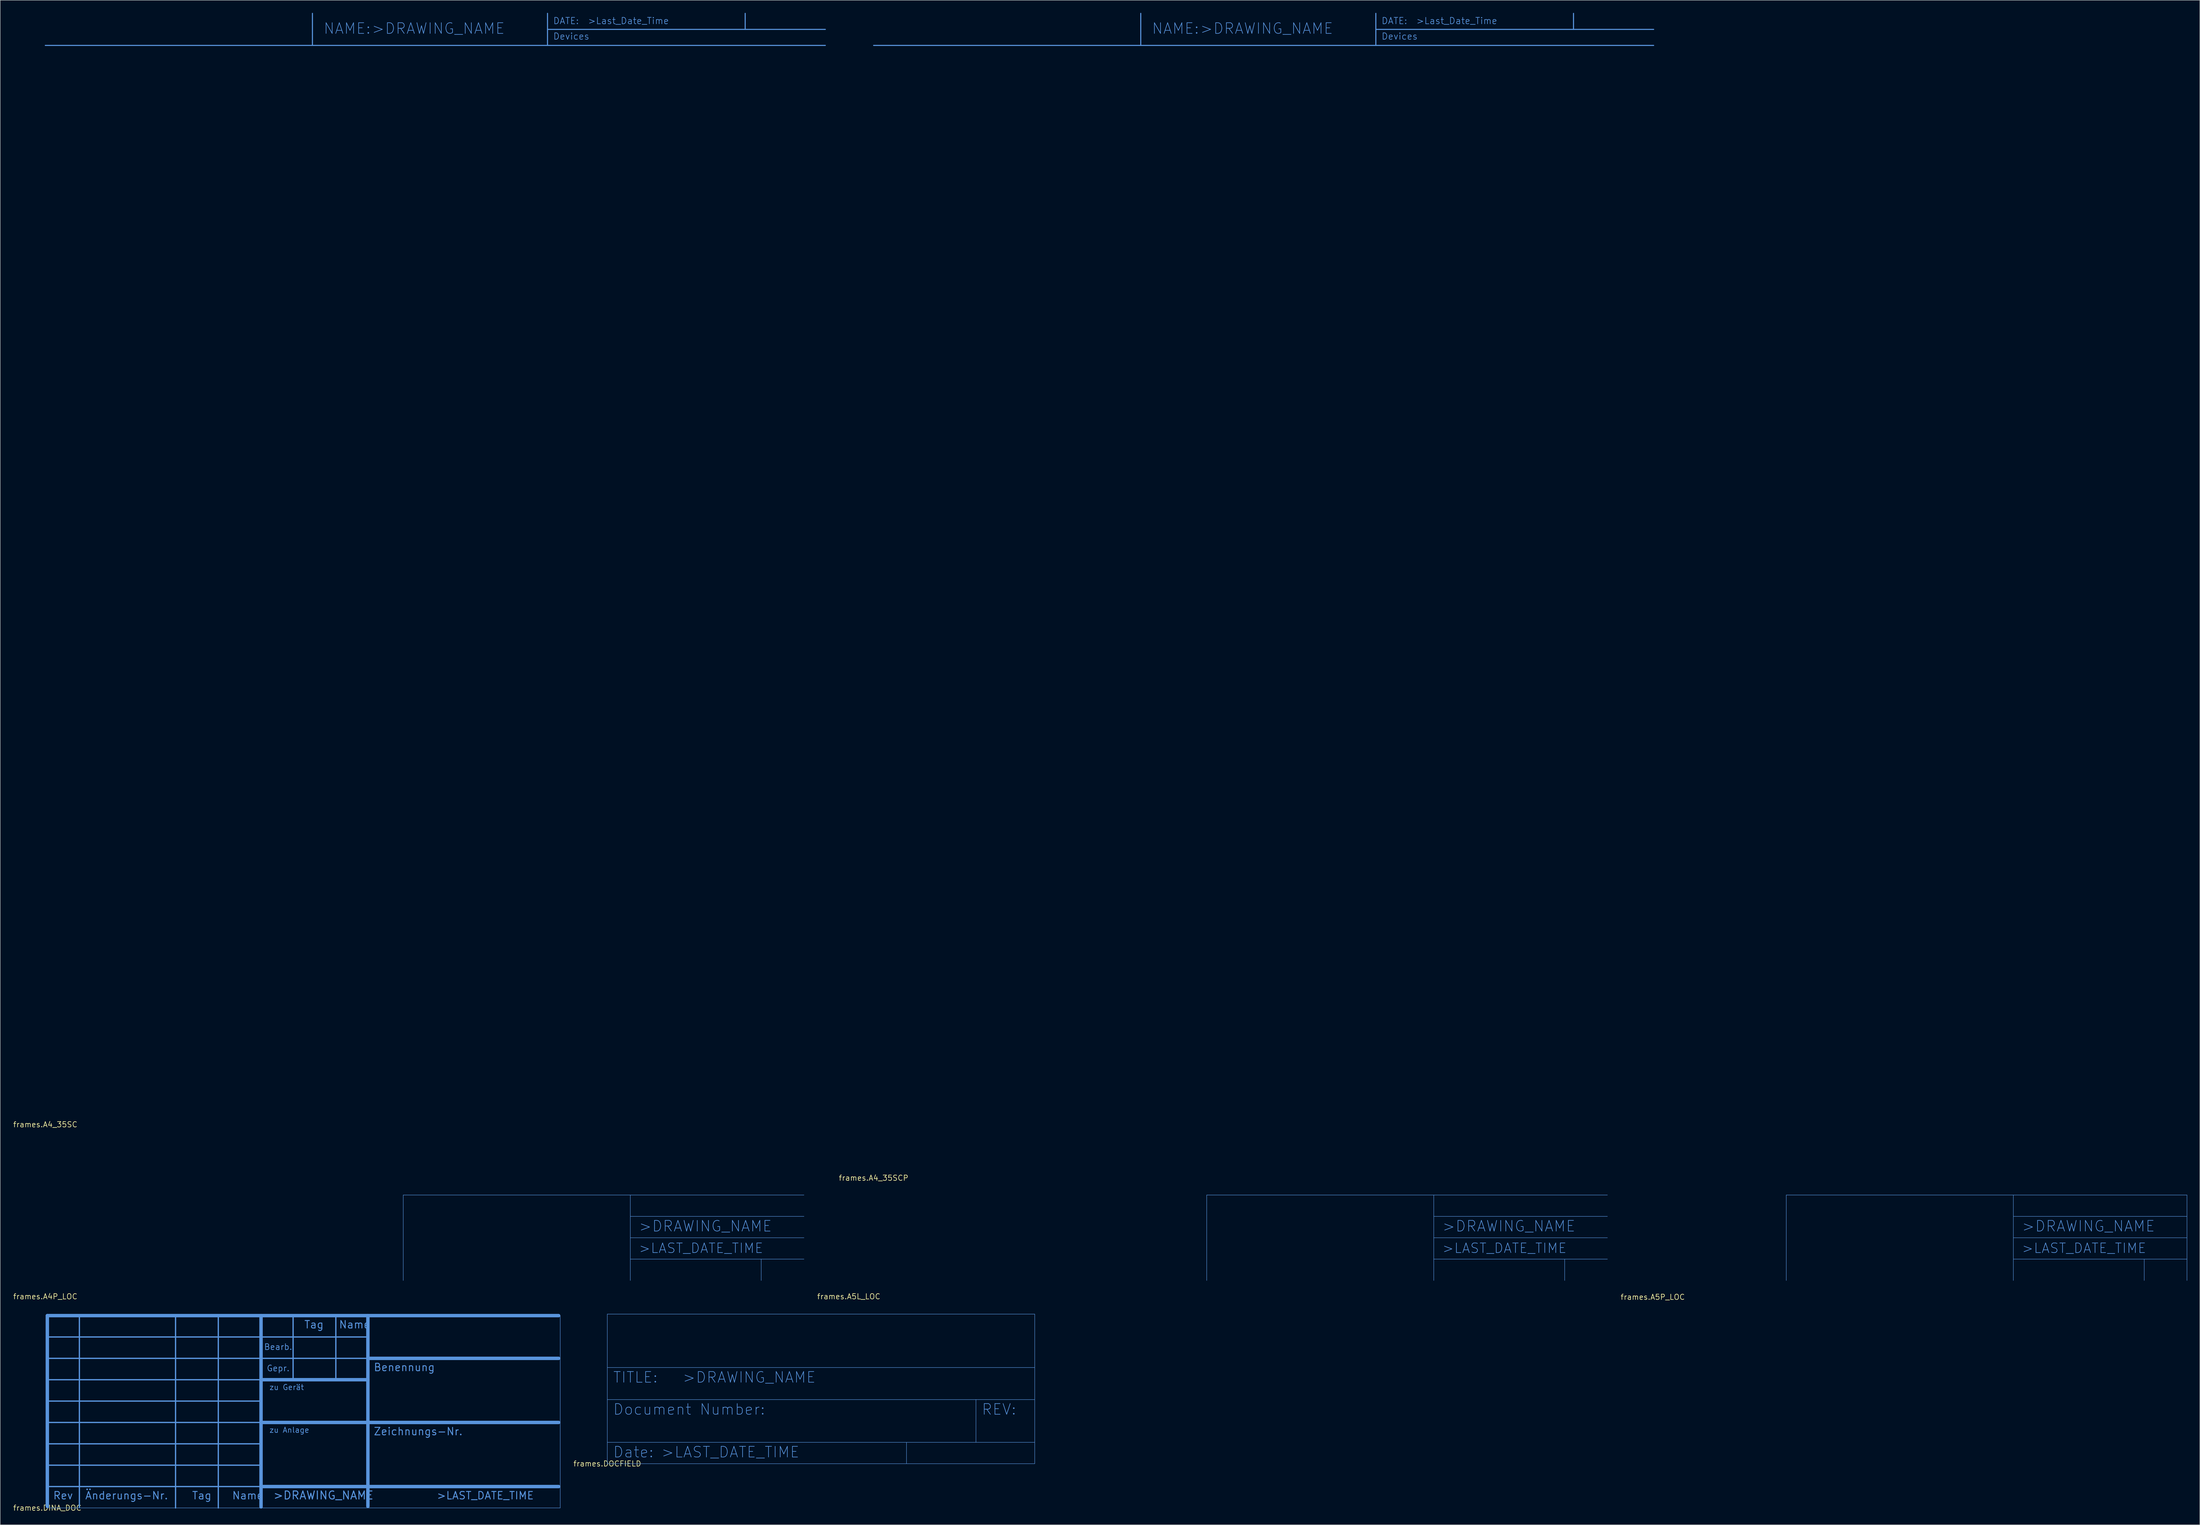
<source format=kicad_pcb>
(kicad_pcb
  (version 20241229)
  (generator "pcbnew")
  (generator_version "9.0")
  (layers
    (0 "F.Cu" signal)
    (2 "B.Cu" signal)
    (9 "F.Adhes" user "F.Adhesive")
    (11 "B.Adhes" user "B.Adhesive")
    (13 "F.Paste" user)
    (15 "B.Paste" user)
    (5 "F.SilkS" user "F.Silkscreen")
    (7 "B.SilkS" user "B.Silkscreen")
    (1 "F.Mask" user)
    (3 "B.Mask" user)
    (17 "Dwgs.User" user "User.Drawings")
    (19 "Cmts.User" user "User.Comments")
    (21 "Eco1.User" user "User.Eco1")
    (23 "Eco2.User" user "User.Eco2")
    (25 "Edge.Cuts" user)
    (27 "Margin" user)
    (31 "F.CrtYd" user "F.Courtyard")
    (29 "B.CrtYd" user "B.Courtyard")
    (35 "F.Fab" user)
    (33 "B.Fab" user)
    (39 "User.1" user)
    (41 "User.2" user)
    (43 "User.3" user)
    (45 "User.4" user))
  (footprint "frames.DOCFIELD"
    (layer "F.Cu")
    (at 141.314 344.918)
    (property "Reference" "frames.DOCFIELD" (at 0 0 0) (layer "F.SilkS") (effects (font (size 1.27 1.27) (thickness 0.15))))
    (fp_line (start 0 -22.86) (end 0 -35.56) (stroke (width 0.102) (type default)) (layer "Cmts.User"))
    (fp_line (start 0 -22.86) (end 101.6 -22.86) (stroke (width 0.102) (type default)) (layer "Cmts.User"))
    (fp_line (start 0 -15.24) (end 0 -22.86) (stroke (width 0.102) (type default)) (layer "Cmts.User"))
    (fp_line (start 0 -5.08) (end 0 -15.24) (stroke (width 0.102) (type default)) (layer "Cmts.User"))
    (fp_line (start 0 -5.08) (end 71.12 -5.08) (stroke (width 0.102) (type default)) (layer "Cmts.User"))
    (fp_line (start 0 0) (end 0 -5.08) (stroke (width 0.102) (type default)) (layer "Cmts.User"))
    (fp_line (start 0 0) (end 71.12 0) (stroke (width 0.102) (type default)) (layer "Cmts.User"))
    (fp_line (start 71.12 -5.08) (end 71.12 0) (stroke (width 0.102) (type default)) (layer "Cmts.User"))
    (fp_line (start 71.12 -5.08) (end 87.63 -5.08) (stroke (width 0.102) (type default)) (layer "Cmts.User"))
    (fp_line (start 71.12 0) (end 101.6 0) (stroke (width 0.102) (type default)) (layer "Cmts.User"))
    (fp_line (start 87.63 -15.24) (end 0 -15.24) (stroke (width 0.102) (type default)) (layer "Cmts.User"))
    (fp_line (start 87.63 -15.24) (end 87.63 -5.08) (stroke (width 0.102) (type default)) (layer "Cmts.User"))
    (fp_line (start 87.63 -5.08) (end 101.6 -5.08) (stroke (width 0.102) (type default)) (layer "Cmts.User"))
    (fp_line (start 101.6 -35.56) (end 0 -35.56) (stroke (width 0.102) (type default)) (layer "Cmts.User"))
    (fp_line (start 101.6 -35.56) (end 101.6 -22.86) (stroke (width 0.102) (type default)) (layer "Cmts.User"))
    (fp_line (start 101.6 -22.86) (end 101.6 -15.24) (stroke (width 0.102) (type default)) (layer "Cmts.User"))
    (fp_line (start 101.6 -15.24) (end 87.63 -15.24) (stroke (width 0.102) (type default)) (layer "Cmts.User"))
    (fp_line (start 101.6 -15.24) (end 101.6 -5.08) (stroke (width 0.102) (type default)) (layer "Cmts.User"))
    (fp_line (start 101.6 -5.08) (end 101.6 0) (stroke (width 0.102) (type default)) (layer "Cmts.User"))
    (fp_text user ">LAST_DATE_TIME" (at 12.7 -1.27 0) (layer "Cmts.User") (effects (font (size 2.54 2.54) (thickness 0.15)) (justify left bottom)))
    (fp_text user ">DRAWING_NAME" (at 17.78 -19.05 0) (layer "Cmts.User") (effects (font (size 2.54 2.54) (thickness 0.15)) (justify left bottom)))
    (fp_text user "REV:" (at 88.9 -11.43 0) (layer "Cmts.User") (effects (font (size 2.54 2.54) (thickness 0.15)) (justify left bottom)))
    (fp_text user "TITLE:" (at 1.27 -19.05 0) (layer "Cmts.User") (effects (font (size 2.54 2.54) (thickness 0.15)) (justify left bottom)))
    (fp_text user "Document Number:" (at 1.27 -11.43 0) (layer "Cmts.User") (effects (font (size 2.54 2.54) (thickness 0.15)) (justify left bottom)))
    (fp_text user "Date:" (at 1.27 -1.27 0) (layer "Cmts.User") (effects (font (size 2.54 2.54) (thickness 0.15)) (justify left bottom))))
  (footprint "frames.A4_35SCP"
    (layer "F.Cu")
    (at 204.618 276.987)
    (property "Reference" "frames.A4_35SCP" (at 0 0 0) (layer "F.SilkS") (effects (font (size 1.27 1.27) (thickness 0.15))))
    (fp_line (start 0 -269.24) (end 63.5 -269.24) (stroke (width 0.254) (type default)) (layer "Cmts.User"))
    (fp_line (start 63.5 -269.24) (end 63.5 -276.86) (stroke (width 0.254) (type default)) (layer "Cmts.User"))
    (fp_line (start 119.38 -276.86) (end 119.38 -273.05) (stroke (width 0.254) (type default)) (layer "Cmts.User"))
    (fp_line (start 119.38 -273.05) (end 119.38 -269.24) (stroke (width 0.254) (type default)) (layer "Cmts.User"))
    (fp_line (start 119.38 -269.24) (end 63.5 -269.24) (stroke (width 0.254) (type default)) (layer "Cmts.User"))
    (fp_line (start 166.37 -273.05) (end 119.38 -273.05) (stroke (width 0.254) (type default)) (layer "Cmts.User"))
    (fp_line (start 166.37 -273.05) (end 166.37 -276.86) (stroke (width 0.254) (type default)) (layer "Cmts.User"))
    (fp_line (start 185.42 -273.05) (end 166.37 -273.05) (stroke (width 0.254) (type default)) (layer "Cmts.User"))
    (fp_line (start 185.42 -269.24) (end 119.38 -269.24) (stroke (width 0.254) (type default)) (layer "Cmts.User"))
    (fp_text user "NAME:" (at 66.04 -271.78 0) (layer "Cmts.User") (effects (font (size 2.54 2.54) (thickness 0.15)) (justify left bottom)))
    (fp_text user "Devices" (at 120.65 -270.51 0) (layer "Cmts.User") (effects (font (size 1.524 1.524) (thickness 0.15)) (justify left bottom)))
    (fp_text user ">Last_Date_Time" (at 128.905 -274.193 0) (layer "Cmts.User") (effects (font (size 1.524 1.524) (thickness 0.15)) (justify left bottom)))
    (fp_text user "DATE:" (at 120.65 -274.193 0) (layer "Cmts.User") (effects (font (size 1.524 1.524) (thickness 0.15)) (justify left bottom)))
    (fp_text user ">DRAWING_NAME" (at 77.47 -271.78 0) (layer "Cmts.User") (effects (font (size 2.54 2.54) (thickness 0.15)) (justify left bottom))))
  (footprint "frames.A5L_LOC"
    (layer "F.Cu")
    (at 198.706 305.174)
    (property "Reference" "frames.A5L_LOC" (at 0 0 0) (layer "F.SilkS") (effects (font (size 1.27 1.27) (thickness 0.15))))
    (fp_line (start 85.09 -24.13) (end 139.065 -24.13) (stroke (width 0.102) (type default)) (layer "Cmts.User"))
    (fp_line (start 85.09 -3.81) (end 85.09 -24.13) (stroke (width 0.102) (type default)) (layer "Cmts.User"))
    (fp_line (start 139.065 -24.13) (end 180.34 -24.13) (stroke (width 0.102) (type default)) (layer "Cmts.User"))
    (fp_line (start 139.065 -19.05) (end 139.065 -24.13) (stroke (width 0.102) (type default)) (layer "Cmts.User"))
    (fp_line (start 139.065 -19.05) (end 180.34 -19.05) (stroke (width 0.102) (type default)) (layer "Cmts.User"))
    (fp_line (start 139.065 -13.97) (end 139.065 -19.05) (stroke (width 0.102) (type default)) (layer "Cmts.User"))
    (fp_line (start 139.065 -13.97) (end 180.34 -13.97) (stroke (width 0.102) (type default)) (layer "Cmts.User"))
    (fp_line (start 139.065 -8.89) (end 139.065 -13.97) (stroke (width 0.102) (type default)) (layer "Cmts.User"))
    (fp_line (start 139.065 -8.89) (end 139.065 -3.81) (stroke (width 0.102) (type default)) (layer "Cmts.User"))
    (fp_line (start 170.18 -8.89) (end 139.065 -8.89) (stroke (width 0.102) (type default)) (layer "Cmts.User"))
    (fp_line (start 170.18 -8.89) (end 180.34 -8.89) (stroke (width 0.102) (type default)) (layer "Cmts.User"))
    (fp_line (start 170.18 -3.81) (end 170.18 -8.89) (stroke (width 0.102) (type default)) (layer "Cmts.User"))
    (fp_text user ">DRAWING_NAME" (at 140.97 -15.24 0) (layer "Cmts.User") (effects (font (size 2.54 2.54) (thickness 0.15)) (justify left bottom)))
    (fp_text user ">LAST_DATE_TIME" (at 140.97 -10.16 0) (layer "Cmts.User") (effects (font (size 2.286 2.286) (thickness 0.15)) (justify left bottom))))
  (footprint "frames.A4P_LOC"
    (layer "F.Cu")
    (at 7.718 305.174)
    (property "Reference" "frames.A4P_LOC" (at 0 0 0) (layer "F.SilkS") (effects (font (size 1.27 1.27) (thickness 0.15))))
    (fp_line (start 85.09 -24.13) (end 139.065 -24.13) (stroke (width 0.102) (type default)) (layer "Cmts.User"))
    (fp_line (start 85.09 -3.81) (end 85.09 -24.13) (stroke (width 0.102) (type default)) (layer "Cmts.User"))
    (fp_line (start 139.065 -24.13) (end 180.34 -24.13) (stroke (width 0.102) (type default)) (layer "Cmts.User"))
    (fp_line (start 139.065 -19.05) (end 139.065 -24.13) (stroke (width 0.102) (type default)) (layer "Cmts.User"))
    (fp_line (start 139.065 -19.05) (end 180.34 -19.05) (stroke (width 0.102) (type default)) (layer "Cmts.User"))
    (fp_line (start 139.065 -13.97) (end 139.065 -19.05) (stroke (width 0.102) (type default)) (layer "Cmts.User"))
    (fp_line (start 139.065 -13.97) (end 180.34 -13.97) (stroke (width 0.102) (type default)) (layer "Cmts.User"))
    (fp_line (start 139.065 -8.89) (end 139.065 -13.97) (stroke (width 0.102) (type default)) (layer "Cmts.User"))
    (fp_line (start 139.065 -8.89) (end 139.065 -3.81) (stroke (width 0.102) (type default)) (layer "Cmts.User"))
    (fp_line (start 170.18 -8.89) (end 139.065 -8.89) (stroke (width 0.102) (type default)) (layer "Cmts.User"))
    (fp_line (start 170.18 -8.89) (end 180.34 -8.89) (stroke (width 0.102) (type default)) (layer "Cmts.User"))
    (fp_line (start 170.18 -3.81) (end 170.18 -8.89) (stroke (width 0.102) (type default)) (layer "Cmts.User"))
    (fp_text user ">DRAWING_NAME" (at 140.97 -15.24 0) (layer "Cmts.User") (effects (font (size 2.54 2.54) (thickness 0.15)) (justify left bottom)))
    (fp_text user ">LAST_DATE_TIME" (at 140.97 -10.16 0) (layer "Cmts.User") (effects (font (size 2.286 2.286) (thickness 0.15)) (justify left bottom))))
  (footprint "frames.A4_35SC"
    (layer "F.Cu")
    (at 7.718 264.287)
    (property "Reference" "frames.A4_35SC" (at 0 0 0) (layer "F.SilkS") (effects (font (size 1.27 1.27) (thickness 0.15))))
    (fp_line (start 0 -256.54) (end 63.5 -256.54) (stroke (width 0.254) (type default)) (layer "Cmts.User"))
    (fp_line (start 63.5 -256.54) (end 63.5 -264.16) (stroke (width 0.254) (type default)) (layer "Cmts.User"))
    (fp_line (start 119.38 -264.16) (end 119.38 -260.35) (stroke (width 0.254) (type default)) (layer "Cmts.User"))
    (fp_line (start 119.38 -260.35) (end 119.38 -256.54) (stroke (width 0.254) (type default)) (layer "Cmts.User"))
    (fp_line (start 119.38 -256.54) (end 63.5 -256.54) (stroke (width 0.254) (type default)) (layer "Cmts.User"))
    (fp_line (start 166.37 -260.35) (end 119.38 -260.35) (stroke (width 0.254) (type default)) (layer "Cmts.User"))
    (fp_line (start 166.37 -260.35) (end 166.37 -264.16) (stroke (width 0.254) (type default)) (layer "Cmts.User"))
    (fp_line (start 185.42 -260.35) (end 166.37 -260.35) (stroke (width 0.254) (type default)) (layer "Cmts.User"))
    (fp_line (start 185.42 -256.54) (end 119.38 -256.54) (stroke (width 0.254) (type default)) (layer "Cmts.User"))
    (fp_text user "NAME:" (at 66.04 -259.08 0) (layer "Cmts.User") (effects (font (size 2.54 2.54) (thickness 0.15)) (justify left bottom)))
    (fp_text user ">Last_Date_Time" (at 128.905 -261.493 0) (layer "Cmts.User") (effects (font (size 1.524 1.524) (thickness 0.15)) (justify left bottom)))
    (fp_text user ">DRAWING_NAME" (at 77.47 -259.08 0) (layer "Cmts.User") (effects (font (size 2.54 2.54) (thickness 0.15)) (justify left bottom)))
    (fp_text user "DATE:" (at 120.65 -261.493 0) (layer "Cmts.User") (effects (font (size 1.524 1.524) (thickness 0.15)) (justify left bottom)))
    (fp_text user "Devices" (at 120.65 -257.81 0) (layer "Cmts.User") (effects (font (size 1.524 1.524) (thickness 0.15)) (justify left bottom))))
  (footprint "frames.DINA_DOC"
    (layer "F.Cu")
    (at 8.202 355.434)
    (property "Reference" "frames.DINA_DOC" (at 0 0 0) (layer "F.SilkS") (effects (font (size 1.27 1.27) (thickness 0.15))))
    (fp_line (start 0 -45.72) (end 0 -0.381) (stroke (width 0.813) (type default)) (layer "Cmts.User"))
    (fp_line (start 0 -40.64) (end 76.2 -40.64) (stroke (width 0.305) (type default)) (layer "Cmts.User"))
    (fp_line (start 0 -30.48) (end 50.8 -30.48) (stroke (width 0.305) (type default)) (layer "Cmts.User"))
    (fp_line (start 0 -20.32) (end 50.8 -20.32) (stroke (width 0.305) (type default)) (layer "Cmts.User"))
    (fp_line (start 0 -10.16) (end 50.8 -10.16) (stroke (width 0.305) (type default)) (layer "Cmts.User"))
    (fp_line (start 0 0) (end 121.92 0) (stroke (width 0.102) (type default)) (layer "Cmts.User"))
    (fp_line (start 7.62 -0.127) (end 7.62 -45.72) (stroke (width 0.305) (type default)) (layer "Cmts.User"))
    (fp_line (start 30.48 -45.72) (end 30.48 0) (stroke (width 0.305) (type default)) (layer "Cmts.User"))
    (fp_line (start 40.64 0) (end 40.64 -45.72) (stroke (width 0.305) (type default)) (layer "Cmts.User"))
    (fp_line (start 50.8 -45.72) (end 50.8 -30.48) (stroke (width 0.813) (type default)) (layer "Cmts.User"))
    (fp_line (start 50.8 -30.48) (end 50.8 -20.32) (stroke (width 0.813) (type default)) (layer "Cmts.User"))
    (fp_line (start 50.8 -25.4) (end 0 -25.4) (stroke (width 0.305) (type default)) (layer "Cmts.User"))
    (fp_line (start 50.8 -20.32) (end 50.8 -5.08) (stroke (width 0.813) (type default)) (layer "Cmts.User"))
    (fp_line (start 50.8 -20.32) (end 121.539 -20.32) (stroke (width 0.813) (type default)) (layer "Cmts.User"))
    (fp_line (start 50.8 -15.24) (end 0 -15.24) (stroke (width 0.305) (type default)) (layer "Cmts.User"))
    (fp_line (start 50.8 -5.08) (end 0 -5.08) (stroke (width 0.305) (type default)) (layer "Cmts.User"))
    (fp_line (start 50.8 -5.08) (end 50.8 -0.254) (stroke (width 0.813) (type default)) (layer "Cmts.User"))
    (fp_line (start 50.8 -0.254) (end 50.825 0) (stroke (width 0.254) (type default)) (layer "Cmts.User"))
    (fp_line (start 58.42 -45.72) (end 58.42 -30.48) (stroke (width 0.305) (type default)) (layer "Cmts.User"))
    (fp_line (start 68.58 -30.48) (end 68.58 -45.72) (stroke (width 0.305) (type default)) (layer "Cmts.User"))
    (fp_line (start 76.2 -35.56) (end 0 -35.56) (stroke (width 0.305) (type default)) (layer "Cmts.User"))
    (fp_line (start 76.2 -35.56) (end 76.2 -45.72) (stroke (width 0.813) (type default)) (layer "Cmts.User"))
    (fp_line (start 76.2 -35.56) (end 121.539 -35.56) (stroke (width 0.813) (type default)) (layer "Cmts.User"))
    (fp_line (start 76.2 -30.48) (end 50.8 -30.48) (stroke (width 0.813) (type default)) (layer "Cmts.User"))
    (fp_line (start 76.2 -30.48) (end 76.2 -35.56) (stroke (width 0.813) (type default)) (layer "Cmts.User"))
    (fp_line (start 76.2 -0.381) (end 76.2 -30.48) (stroke (width 0.813) (type default)) (layer "Cmts.User"))
    (fp_line (start 121.539 -45.72) (end 0 -45.72) (stroke (width 0.813) (type default)) (layer "Cmts.User"))
    (fp_line (start 121.539 -5.08) (end 50.8 -5.08) (stroke (width 0.813) (type default)) (layer "Cmts.User"))
    (fp_line (start 121.92 0) (end 121.92 -45.72) (stroke (width 0.102) (type default)) (layer "Cmts.User"))
    (fp_text user "Benennung" (at 77.47 -32.385 0) (layer "Cmts.User") (effects (font (size 1.778 1.778) (thickness 0.22)) (justify left bottom)))
    (fp_text user "Änderungs-Nr." (at 8.89 -1.905 0) (layer "Cmts.User") (effects (font (size 1.778 1.778) (thickness 0.22)) (justify left bottom)))
    (fp_text user "Zeichnungs-Nr." (at 77.47 -17.145 0) (layer "Cmts.User") (effects (font (size 1.778 1.778) (thickness 0.22)) (justify left bottom)))
    (fp_text user "Bearb." (at 51.435 -37.465 0) (layer "Cmts.User") (effects (font (size 1.397 1.397) (thickness 0.17)) (justify left bottom)))
    (fp_text user "Gepr." (at 52.07 -32.385 0) (layer "Cmts.User") (effects (font (size 1.397 1.397) (thickness 0.17)) (justify left bottom)))
    (fp_text user ">LAST_DATE_TIME" (at 92.456 -1.905 0) (layer "Cmts.User") (effects (font (size 1.778 1.778) (thickness 0.22)) (justify left bottom)))
    (fp_text user "Name" (at 69.215 -42.545 0) (layer "Cmts.User") (effects (font (size 1.778 1.778) (thickness 0.22)) (justify left bottom)))
    (fp_text user "Rev" (at 1.27 -1.905 0) (layer "Cmts.User") (effects (font (size 1.778 1.778) (thickness 0.22)) (justify left bottom)))
    (fp_text user "zu Gerät" (at 52.705 -27.94 0) (layer "Cmts.User") (effects (font (size 1.27 1.27) (thickness 0.16)) (justify left bottom)))
    (fp_text user "Name" (at 43.815 -1.905 0) (layer "Cmts.User") (effects (font (size 1.778 1.778) (thickness 0.22)) (justify left bottom)))
    (fp_text user "zu Anlage" (at 52.705 -17.78 0) (layer "Cmts.User") (effects (font (size 1.27 1.27) (thickness 0.16)) (justify left bottom)))
    (fp_text user "Tag" (at 34.29 -1.905 0) (layer "Cmts.User") (effects (font (size 1.778 1.778) (thickness 0.22)) (justify left bottom)))
    (fp_text user ">DRAWING_NAME" (at 53.594 -1.88 0) (layer "Cmts.User") (effects (font (size 1.905 1.905) (thickness 0.24)) (justify left bottom)))
    (fp_text user "Tag" (at 60.96 -42.545 0) (layer "Cmts.User") (effects (font (size 1.778 1.778) (thickness 0.22)) (justify left bottom))))
  (footprint "frames.A5P_LOC"
    (layer "F.Cu")
    (at 389.815 305.301)
    (property "Reference" "frames.A5P_LOC" (at 0 0 0) (layer "F.SilkS") (effects (font (size 1.27 1.27) (thickness 0.15))))
    (fp_line (start 31.75 -24.257) (end 85.725 -24.257) (stroke (width 0.102) (type default)) (layer "Cmts.User"))
    (fp_line (start 31.75 -3.937) (end 31.75 -24.257) (stroke (width 0.102) (type default)) (layer "Cmts.User"))
    (fp_line (start 85.725 -24.257) (end 127 -24.257) (stroke (width 0.102) (type default)) (layer "Cmts.User"))
    (fp_line (start 85.725 -19.177) (end 85.725 -24.257) (stroke (width 0.102) (type default)) (layer "Cmts.User"))
    (fp_line (start 85.725 -19.177) (end 127 -19.177) (stroke (width 0.102) (type default)) (layer "Cmts.User"))
    (fp_line (start 85.725 -14.097) (end 85.725 -19.177) (stroke (width 0.102) (type default)) (layer "Cmts.User"))
    (fp_line (start 85.725 -14.097) (end 127 -14.097) (stroke (width 0.102) (type default)) (layer "Cmts.User"))
    (fp_line (start 85.725 -9.017) (end 85.725 -14.097) (stroke (width 0.102) (type default)) (layer "Cmts.User"))
    (fp_line (start 85.725 -9.017) (end 85.725 -3.937) (stroke (width 0.102) (type default)) (layer "Cmts.User"))
    (fp_line (start 116.84 -9.017) (end 85.725 -9.017) (stroke (width 0.102) (type default)) (layer "Cmts.User"))
    (fp_line (start 116.84 -9.017) (end 127 -9.017) (stroke (width 0.102) (type default)) (layer "Cmts.User"))
    (fp_line (start 116.84 -3.937) (end 116.84 -9.017) (stroke (width 0.102) (type default)) (layer "Cmts.User"))
    (fp_line (start 127 -19.177) (end 127 -24.257) (stroke (width 0.102) (type default)) (layer "Cmts.User"))
    (fp_line (start 127 -14.097) (end 127 -19.177) (stroke (width 0.102) (type default)) (layer "Cmts.User"))
    (fp_line (start 127 -9.017) (end 127 -14.097) (stroke (width 0.102) (type default)) (layer "Cmts.User"))
    (fp_line (start 127 -3.937) (end 127 -9.017) (stroke (width 0.102) (type default)) (layer "Cmts.User"))
    (fp_text user ">LAST_DATE_TIME" (at 87.63 -10.287 0) (layer "Cmts.User") (effects (font (size 2.286 2.286) (thickness 0.15)) (justify left bottom)))
    (fp_text user ">DRAWING_NAME" (at 87.63 -15.367 0) (layer "Cmts.User") (effects (font (size 2.54 2.54) (thickness 0.15)) (justify left bottom))))
  (gr_rect
    (start -3 -3)
    (end 519.865 359.44)
    (stroke (width 0.1) (type default))
    (fill no)
    (layer "Edge.Cuts")))
</source>
